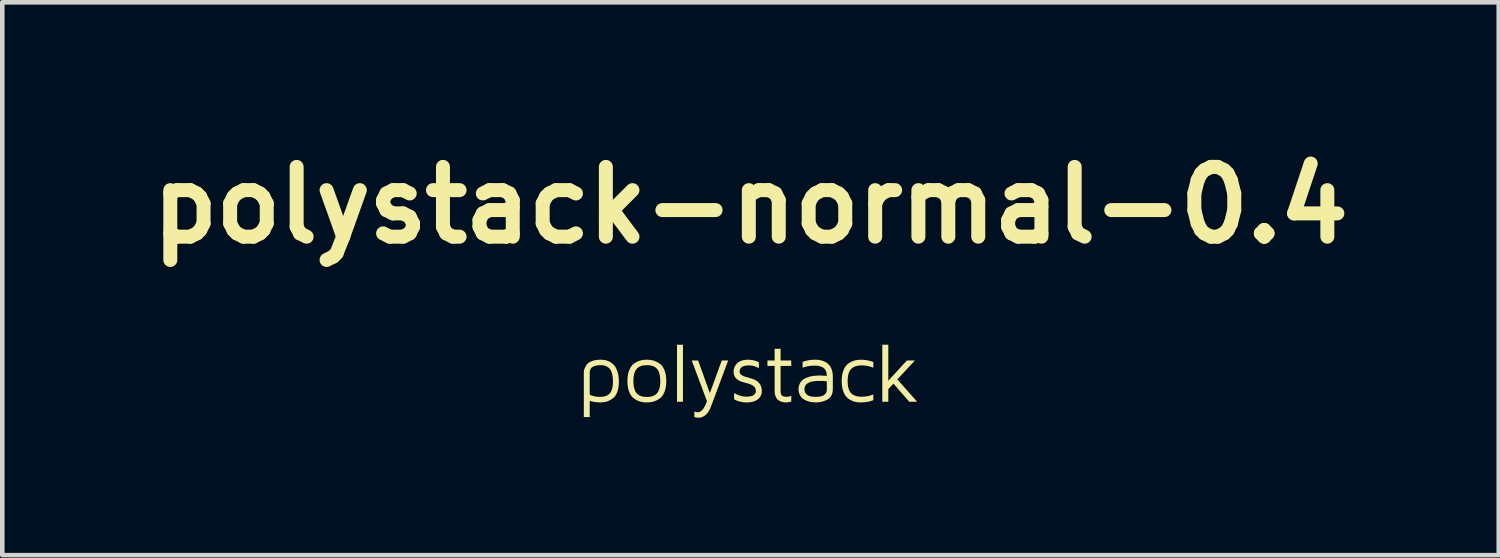
<source format=kicad_pcb>
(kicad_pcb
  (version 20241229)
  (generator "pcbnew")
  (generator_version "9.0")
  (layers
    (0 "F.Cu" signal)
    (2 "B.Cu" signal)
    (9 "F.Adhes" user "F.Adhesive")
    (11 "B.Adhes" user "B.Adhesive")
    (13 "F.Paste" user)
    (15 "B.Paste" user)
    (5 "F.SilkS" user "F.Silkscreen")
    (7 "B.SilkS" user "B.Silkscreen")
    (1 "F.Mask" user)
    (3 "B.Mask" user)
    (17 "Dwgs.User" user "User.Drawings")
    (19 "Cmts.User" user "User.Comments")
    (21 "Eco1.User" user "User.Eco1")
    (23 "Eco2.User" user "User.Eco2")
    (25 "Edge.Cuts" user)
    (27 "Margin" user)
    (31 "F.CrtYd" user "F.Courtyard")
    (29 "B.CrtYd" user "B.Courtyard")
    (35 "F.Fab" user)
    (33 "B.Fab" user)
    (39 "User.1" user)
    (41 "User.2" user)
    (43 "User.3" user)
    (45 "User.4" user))
  (footprint "polystack-normal-0.4"
    (layer "F.Cu")
    (at 13.331 5.271)
    (property "Reference" "polystack-normal-0.4" (at 0 -3.844 0) (layer "F.SilkS") (effects (font (size 1.524 1.524) (thickness 0.305))))
    (attr smd)
    (fp_poly (pts (xy -1.604 0.448) (xy -1.604 -0.796) (xy -1.474 -0.796) (xy -1.474 0.448) (xy -1.604 0.448)) (stroke (width 0) (type solid)) (fill yes) (layer "F.SilkS"))
    (fp_poly (pts (xy 2.877 0.448) (xy 2.877 -0.796) (xy 3.008 -0.796) (xy 3.008 -0.011) (xy 3.413 -0.453) (xy 3.589 -0.453) (xy 3.205 -0.04) (xy 3.638 0.448) (xy 3.465 0.448) (xy 3.12 0.052) (xy 3.008 0.174) (xy 3.008 0.448) (xy 2.877 0.448)) (stroke (width 0) (type solid)) (fill yes) (layer "F.SilkS"))
    (fp_poly (pts (xy 0.37 -0.334) (xy 0.37 -0.453) (xy 0.527 -0.453) (xy 0.527 -0.708) (xy 0.657 -0.708) (xy 0.657 -0.453) (xy 0.89 -0.453) (xy 0.89 -0.334) (xy 0.657 -0.334) (xy 0.657 0.215) (xy 0.658 0.229) (xy 0.659 0.241) (xy 0.66 0.253) (xy 0.662 0.264) (xy 0.665 0.274) (xy 0.668 0.283) (xy 0.671 0.292) (xy 0.676 0.299) (xy 0.68 0.306) (xy 0.686 0.312) (xy 0.692 0.317) (xy 0.699 0.322) (xy 0.707 0.326) (xy 0.716 0.33) (xy 0.726 0.333) (xy 0.736 0.335) (xy 0.748 0.337) (xy 0.76 0.338) (xy 0.773 0.339) (xy 0.787 0.34) (xy 0.798 0.339) (xy 0.809 0.339) (xy 0.82 0.338) (xy 0.83 0.336) (xy 0.841 0.334) (xy 0.851 0.332) (xy 0.861 0.329) (xy 0.871 0.326) (xy 0.881 0.322) (xy 0.89 0.318) (xy 0.89 0.441) (xy 0.88 0.445) (xy 0.869 0.448) (xy 0.859 0.451) (xy 0.849 0.454) (xy 0.838 0.456) (xy 0.828 0.458) (xy 0.817 0.459) (xy 0.807 0.461) (xy 0.797 0.461) (xy 0.786 0.462) (xy 0.776 0.462) (xy 0.771 0.462) (xy 0.761 0.462) (xy 0.751 0.461) (xy 0.741 0.461) (xy 0.731 0.46) (xy 0.721 0.458) (xy 0.711 0.456) (xy 0.701 0.454) (xy 0.692 0.452) (xy 0.683 0.449) (xy 0.674 0.446) (xy 0.664 0.442) (xy 0.654 0.438) (xy 0.644 0.434) (xy 0.634 0.429) (xy 0.623 0.423) (xy 0.615 0.418) (xy 0.606 0.413) (xy 0.599 0.406) (xy 0.591 0.399) (xy 0.584 0.392) (xy 0.577 0.384) (xy 0.571 0.375) (xy 0.565 0.365) (xy 0.559 0.355) (xy 0.553 0.345) (xy 0.55 0.336) (xy 0.546 0.327) (xy 0.543 0.318) (xy 0.54 0.308) (xy 0.537 0.298) (xy 0.535 0.288) (xy 0.533 0.278) (xy 0.531 0.267) (xy 0.529 0.256) (xy 0.528 0.244) (xy 0.528 0.232) (xy 0.527 0.22) (xy 0.527 0.208) (xy 0.527 -0.334) (xy 0.37 -0.334) (xy 0.37 -0.334)) (stroke (width 0) (type solid)) (fill yes) (layer "F.SilkS"))
    (fp_poly (pts (xy -1.283 -0.453) (xy -1.143 -0.453) (xy -0.887 0.26) (xy -0.627 -0.453) (xy -0.487 -0.453) (xy -0.856 0.536) (xy -0.861 0.548) (xy -0.865 0.56) (xy -0.87 0.572) (xy -0.875 0.583) (xy -0.88 0.594) (xy -0.885 0.605) (xy -0.891 0.616) (xy -0.896 0.626) (xy -0.901 0.636) (xy -0.907 0.645) (xy -0.913 0.655) (xy -0.918 0.664) (xy -0.924 0.672) (xy -0.93 0.681) (xy -0.936 0.689) (xy -0.942 0.697) (xy -0.949 0.704) (xy -0.955 0.711) (xy -0.962 0.718) (xy -0.968 0.725) (xy -0.975 0.731) (xy -0.982 0.737) (xy -0.989 0.743) (xy -0.996 0.749) (xy -1.003 0.754) (xy -1.01 0.759) (xy -1.017 0.763) (xy -1.025 0.767) (xy -1.032 0.771) (xy -1.04 0.775) (xy -1.048 0.779) (xy -1.056 0.782) (xy -1.064 0.784) (xy -1.072 0.787) (xy -1.08 0.789) (xy -1.088 0.791) (xy -1.096 0.793) (xy -1.105 0.794) (xy -1.114 0.795) (xy -1.122 0.796) (xy -1.131 0.796) (xy -1.14 0.796) (xy -1.151 0.796) (xy -1.161 0.795) (xy -1.172 0.794) (xy -1.183 0.792) (xy -1.193 0.79) (xy -1.204 0.787) (xy -1.214 0.784) (xy -1.225 0.781) (xy -1.225 0.661) (xy -1.215 0.665) (xy -1.206 0.668) (xy -1.197 0.671) (xy -1.187 0.673) (xy -1.177 0.675) (xy -1.167 0.676) (xy -1.157 0.677) (xy -1.147 0.677) (xy -1.137 0.677) (xy -1.127 0.675) (xy -1.118 0.673) (xy -1.108 0.669) (xy -1.098 0.664) (xy -1.089 0.659) (xy -1.079 0.652) (xy -1.071 0.645) (xy -1.063 0.639) (xy -1.056 0.632) (xy -1.049 0.624) (xy -1.042 0.617) (xy -1.036 0.609) (xy -1.03 0.6) (xy -1.024 0.592) (xy -1.019 0.583) (xy -1.014 0.574) (xy -1.008 0.565) (xy -1.003 0.556) (xy -0.999 0.547) (xy -0.994 0.538) (xy -0.989 0.529) (xy -0.985 0.52) (xy -0.979 0.509) (xy -0.974 0.497) (xy -0.969 0.487) (xy -0.965 0.477) (xy -0.962 0.467) (xy -0.959 0.459) (xy -0.95 0.434) (xy -1.283 -0.453)) (stroke (width 0) (type solid)) (fill yes) (layer "F.SilkS"))
    (fp_poly (pts (xy 1.991 -0.004) (xy 1.991 -0.016) (xy 1.991 -0.028) (xy 1.992 -0.04) (xy 1.992 -0.052) (xy 1.993 -0.064) (xy 1.994 -0.075) (xy 1.995 -0.087) (xy 1.996 -0.098) (xy 1.997 -0.109) (xy 1.999 -0.12) (xy 2 -0.131) (xy 2.002 -0.141) (xy 2.004 -0.152) (xy 2.006 -0.162) (xy 2.009 -0.172) (xy 2.011 -0.182) (xy 2.014 -0.191) (xy 2.016 -0.201) (xy 2.019 -0.21) (xy 2.022 -0.219) (xy 2.026 -0.228) (xy 2.029 -0.237) (xy 2.033 -0.248) (xy 2.038 -0.259) (xy 2.043 -0.27) (xy 2.048 -0.28) (xy 2.054 -0.29) (xy 2.059 -0.3) (xy 2.065 -0.309) (xy 2.07 -0.318) (xy 2.076 -0.326) (xy 2.083 -0.334) (xy 2.089 -0.342) (xy 2.096 -0.35) (xy 2.102 -0.357) (xy 2.109 -0.364) (xy 2.116 -0.37) (xy 2.124 -0.376) (xy 2.131 -0.382) (xy 2.141 -0.389) (xy 2.15 -0.395) (xy 2.159 -0.401) (xy 2.169 -0.407) (xy 2.178 -0.412) (xy 2.188 -0.418) (xy 2.197 -0.422) (xy 2.207 -0.427) (xy 2.216 -0.431) (xy 2.226 -0.436) (xy 2.235 -0.439) (xy 2.245 -0.443) (xy 2.255 -0.446) (xy 2.264 -0.449) (xy 2.274 -0.452) (xy 2.284 -0.454) (xy 2.294 -0.457) (xy 2.304 -0.459) (xy 2.315 -0.461) (xy 2.325 -0.463) (xy 2.336 -0.464) (xy 2.346 -0.465) (xy 2.357 -0.467) (xy 2.368 -0.468) (xy 2.379 -0.468) (xy 2.391 -0.469) (xy 2.402 -0.469) (xy 2.413 -0.469) (xy 2.424 -0.469) (xy 2.435 -0.469) (xy 2.446 -0.468) (xy 2.457 -0.468) (xy 2.468 -0.467) (xy 2.478 -0.466) (xy 2.489 -0.465) (xy 2.5 -0.464) (xy 2.511 -0.463) (xy 2.521 -0.461) (xy 2.532 -0.459) (xy 2.543 -0.458) (xy 2.554 -0.456) (xy 2.564 -0.453) (xy 2.575 -0.451) (xy 2.585 -0.449) (xy 2.596 -0.446) (xy 2.607 -0.443) (xy 2.617 -0.44) (xy 2.628 -0.437) (xy 2.639 -0.434) (xy 2.649 -0.43) (xy 2.66 -0.427) (xy 2.67 -0.423) (xy 2.681 -0.419) (xy 2.681 -0.295) (xy 2.67 -0.299) (xy 2.66 -0.303) (xy 2.65 -0.306) (xy 2.64 -0.31) (xy 2.629 -0.313) (xy 2.619 -0.317) (xy 2.608 -0.32) (xy 2.598 -0.323) (xy 2.588 -0.325) (xy 2.577 -0.328) (xy 2.567 -0.33) (xy 2.556 -0.332) (xy 2.546 -0.334) (xy 2.535 -0.336) (xy 2.524 -0.338) (xy 2.514 -0.339) (xy 2.503 -0.341) (xy 2.492 -0.342) (xy 2.482 -0.343) (xy 2.471 -0.343) (xy 2.46 -0.344) (xy 2.449 -0.344) (xy 2.438 -0.345) (xy 2.428 -0.345) (xy 2.414 -0.345) (xy 2.401 -0.344) (xy 2.389 -0.344) (xy 2.376 -0.343) (xy 2.364 -0.341) (xy 2.353 -0.34) (xy 2.341 -0.338) (xy 2.33 -0.336) (xy 2.319 -0.333) (xy 2.309 -0.331) (xy 2.299 -0.328) (xy 2.289 -0.325) (xy 2.279 -0.321) (xy 2.27 -0.317) (xy 2.261 -0.313) (xy 2.252 -0.309) (xy 2.244 -0.304) (xy 2.236 -0.299) (xy 2.228 -0.294) (xy 2.221 -0.288) (xy 2.214 -0.283) (xy 2.207 -0.277) (xy 2.2 -0.27) (xy 2.194 -0.264) (xy 2.188 -0.257) (xy 2.183 -0.251) (xy 2.178 -0.244) (xy 2.173 -0.236) (xy 2.168 -0.229) (xy 2.164 -0.221) (xy 2.16 -0.213) (xy 2.156 -0.205) (xy 2.152 -0.196) (xy 2.148 -0.187) (xy 2.145 -0.178) (xy 2.142 -0.168) (xy 2.139 -0.158) (xy 2.136 -0.148) (xy 2.134 -0.138) (xy 2.131 -0.127) (xy 2.129 -0.116) (xy 2.128 -0.104) (xy 2.126 -0.093) (xy 2.125 -0.081) (xy 2.123 -0.069) (xy 2.122 -0.056) (xy 2.122 -0.044) (xy 2.121 -0.03) (xy 2.121 -0.017) (xy 2.121 -0.004) (xy 2.121 0.01) (xy 2.121 0.024) (xy 2.122 0.037) (xy 2.122 0.05) (xy 2.123 0.062) (xy 2.125 0.075) (xy 2.126 0.087) (xy 2.128 0.098) (xy 2.129 0.11) (xy 2.131 0.121) (xy 2.134 0.131) (xy 2.136 0.142) (xy 2.139 0.152) (xy 2.142 0.162) (xy 2.145 0.172) (xy 2.148 0.181) (xy 2.152 0.19) (xy 2.156 0.199) (xy 2.16 0.207) (xy 2.164 0.215) (xy 2.168 0.223) (xy 2.173 0.23) (xy 2.178 0.238) (xy 2.183 0.245) (xy 2.188 0.251) (xy 2.194 0.258) (xy 2.2 0.264) (xy 2.207 0.27) (xy 2.214 0.276) (xy 2.221 0.282) (xy 2.228 0.287) (xy 2.236 0.293) (xy 2.244 0.298) (xy 2.252 0.302) (xy 2.261 0.306) (xy 2.27 0.31) (xy 2.279 0.314) (xy 2.289 0.318) (xy 2.299 0.321) (xy 2.309 0.324) (xy 2.319 0.326) (xy 2.33 0.329) (xy 2.341 0.331) (xy 2.353 0.333) (xy 2.364 0.334) (xy 2.376 0.336) (xy 2.389 0.337) (xy 2.401 0.337) (xy 2.414 0.338) (xy 2.428 0.338) (xy 2.439 0.338) (xy 2.45 0.337) (xy 2.461 0.337) (xy 2.472 0.336) (xy 2.483 0.336) (xy 2.494 0.335) (xy 2.505 0.334) (xy 2.516 0.332) (xy 2.527 0.331) (xy 2.538 0.329) (xy 2.548 0.327) (xy 2.559 0.325) (xy 2.569 0.323) (xy 2.58 0.321) (xy 2.59 0.318) (xy 2.6 0.315) (xy 2.611 0.313) (xy 2.621 0.31) (xy 2.631 0.306) (xy 2.641 0.303) (xy 2.651 0.299) (xy 2.661 0.296) (xy 2.671 0.292) (xy 2.681 0.288) (xy 2.681 0.414) (xy 2.671 0.417) (xy 2.66 0.421) (xy 2.65 0.425) (xy 2.64 0.428) (xy 2.63 0.431) (xy 2.619 0.434) (xy 2.609 0.437) (xy 2.598 0.44) (xy 2.588 0.442) (xy 2.577 0.445) (xy 2.567 0.447) (xy 2.556 0.449) (xy 2.545 0.451) (xy 2.535 0.453) (xy 2.524 0.454) (xy 2.513 0.456) (xy 2.502 0.457) (xy 2.491 0.458) (xy 2.48 0.459) (xy 2.469 0.46) (xy 2.458 0.461) (xy 2.447 0.461) (xy 2.436 0.462) (xy 2.425 0.462) (xy 2.413 0.462) (xy 2.402 0.462) (xy 2.391 0.462) (xy 2.379 0.461) (xy 2.368 0.461) (xy 2.357 0.46) (xy 2.347 0.459) (xy 2.336 0.458) (xy 2.325 0.457) (xy 2.315 0.455) (xy 2.305 0.453) (xy 2.294 0.452) (xy 2.284 0.449) (xy 2.274 0.447) (xy 2.264 0.444) (xy 2.254 0.441) (xy 2.244 0.438) (xy 2.234 0.434) (xy 2.223 0.429) (xy 2.213 0.425) (xy 2.203 0.42) (xy 2.192 0.415) (xy 2.181 0.409) (xy 2.172 0.404) (xy 2.163 0.398) (xy 2.154 0.392) (xy 2.145 0.386) (xy 2.137 0.38) (xy 2.128 0.373) (xy 2.12 0.366) (xy 2.113 0.359) (xy 2.105 0.352) (xy 2.098 0.344) (xy 2.09 0.336) (xy 2.084 0.328) (xy 2.078 0.321) (xy 2.072 0.313) (xy 2.067 0.305) (xy 2.062 0.297) (xy 2.056 0.288) (xy 2.051 0.279) (xy 2.047 0.269) (xy 2.042 0.259) (xy 2.037 0.249) (xy 2.033 0.239) (xy 2.029 0.228) (xy 2.024 0.217) (xy 2.02 0.205) (xy 2.017 0.193) (xy 2.014 0.184) (xy 2.011 0.174) (xy 2.009 0.164) (xy 2.006 0.154) (xy 2.004 0.144) (xy 2.002 0.134) (xy 2.001 0.123) (xy 1.999 0.112) (xy 1.997 0.102) (xy 1.996 0.091) (xy 1.995 0.079) (xy 1.994 0.068) (xy 1.993 0.057) (xy 1.992 0.045) (xy 1.992 0.033) (xy 1.991 0.021) (xy 1.991 0.009) (xy 1.991 -0.004) (xy 1.991 -0.004)) (stroke (width 0) (type solid)) (fill yes) (layer "F.SilkS"))
    (fp_poly (pts (xy -3.638 0.782) (xy -3.638 -0.184) (xy -3.448 -0.31) (xy -3.455 -0.305) (xy -3.461 -0.301) (xy -3.467 -0.296) (xy -3.472 -0.29) (xy -3.477 -0.285) (xy -3.482 -0.279) (xy -3.486 -0.273) (xy -3.49 -0.266) (xy -3.493 -0.26) (xy -3.497 -0.253) (xy -3.499 -0.246) (xy -3.502 -0.239) (xy -3.504 -0.231) (xy -3.506 -0.223) (xy -3.507 -0.215) (xy -3.508 -0.207) (xy -3.509 -0.198) (xy -3.509 -0.19) (xy -3.509 0.296) (xy -3.509 0.296) (xy -3.499 0.3) (xy -3.489 0.304) (xy -3.479 0.308) (xy -3.469 0.312) (xy -3.459 0.315) (xy -3.448 0.318) (xy -3.438 0.321) (xy -3.428 0.324) (xy -3.417 0.327) (xy -3.407 0.329) (xy -3.396 0.331) (xy -3.385 0.333) (xy -3.374 0.335) (xy -3.363 0.336) (xy -3.352 0.338) (xy -3.341 0.339) (xy -3.33 0.34) (xy -3.319 0.34) (xy -3.308 0.341) (xy -3.296 0.341) (xy -3.285 0.341) (xy -3.272 0.341) (xy -3.26 0.341) (xy -3.248 0.34) (xy -3.236 0.339) (xy -3.224 0.338) (xy -3.213 0.336) (xy -3.202 0.334) (xy -3.192 0.332) (xy -3.181 0.329) (xy -3.171 0.326) (xy -3.162 0.323) (xy -3.152 0.32) (xy -3.143 0.316) (xy -3.134 0.312) (xy -3.126 0.308) (xy -3.118 0.303) (xy -3.11 0.298) (xy -3.103 0.293) (xy -3.095 0.288) (xy -3.088 0.282) (xy -3.082 0.276) (xy -3.076 0.269) (xy -3.07 0.263) (xy -3.064 0.256) (xy -3.059 0.25) (xy -3.054 0.243) (xy -3.05 0.235) (xy -3.045 0.227) (xy -3.041 0.219) (xy -3.037 0.211) (xy -3.034 0.202) (xy -3.03 0.193) (xy -3.027 0.184) (xy -3.024 0.175) (xy -3.021 0.165) (xy -3.018 0.154) (xy -3.016 0.144) (xy -3.013 0.133) (xy -3.011 0.122) (xy -3.009 0.11) (xy -3.008 0.099) (xy -3.006 0.086) (xy -3.005 0.074) (xy -3.004 0.061) (xy -3.004 0.048) (xy -3.003 0.035) (xy -3.003 0.021) (xy -3.003 0.007) (xy -3.003 -0.006) (xy -3.003 -0.018) (xy -3.003 -0.03) (xy -3.004 -0.042) (xy -3.004 -0.053) (xy -3.005 -0.065) (xy -3.006 -0.076) (xy -3.007 -0.087) (xy -3.009 -0.097) (xy -3.01 -0.108) (xy -3.012 -0.118) (xy -3.014 -0.128) (xy -3.015 -0.138) (xy -3.018 -0.147) (xy -3.02 -0.156) (xy -3.022 -0.165) (xy -3.025 -0.174) (xy -3.027 -0.183) (xy -3.031 -0.195) (xy -3.036 -0.207) (xy -3.04 -0.218) (xy -3.045 -0.229) (xy -3.051 -0.239) (xy -3.056 -0.248) (xy -3.062 -0.257) (xy -3.068 -0.265) (xy -3.074 -0.273) (xy -3.081 -0.28) (xy -3.088 -0.287) (xy -3.095 -0.293) (xy -3.105 -0.3) (xy -3.114 -0.307) (xy -3.124 -0.313) (xy -3.133 -0.319) (xy -3.142 -0.324) (xy -3.151 -0.329) (xy -3.16 -0.332) (xy -3.169 -0.336) (xy -3.178 -0.339) (xy -3.187 -0.341) (xy -3.196 -0.343) (xy -3.206 -0.345) (xy -3.215 -0.347) (xy -3.225 -0.348) (xy -3.236 -0.349) (xy -3.246 -0.35) (xy -3.257 -0.35) (xy -3.268 -0.35) (xy -3.281 -0.35) (xy -3.294 -0.35) (xy -3.306 -0.349) (xy -3.318 -0.348) (xy -3.33 -0.347) (xy -3.341 -0.346) (xy -3.352 -0.344) (xy -3.363 -0.342) (xy -3.373 -0.34) (xy -3.383 -0.338) (xy -3.392 -0.335) (xy -3.401 -0.332) (xy -3.41 -0.329) (xy -3.418 -0.326) (xy -3.426 -0.322) (xy -3.434 -0.318) (xy -3.441 -0.314) (xy -3.448 -0.31) (xy -3.638 -0.184) (xy -3.638 -0.195) (xy -3.638 -0.205) (xy -3.637 -0.216) (xy -3.635 -0.226) (xy -3.633 -0.237) (xy -3.631 -0.248) (xy -3.628 -0.258) (xy -3.625 -0.266) (xy -3.622 -0.274) (xy -3.619 -0.283) (xy -3.615 -0.291) (xy -3.611 -0.3) (xy -3.607 -0.309) (xy -3.601 -0.319) (xy -3.596 -0.329) (xy -3.59 -0.339) (xy -3.584 -0.349) (xy -3.579 -0.357) (xy -3.573 -0.364) (xy -3.567 -0.371) (xy -3.561 -0.378) (xy -3.554 -0.385) (xy -3.546 -0.391) (xy -3.538 -0.398) (xy -3.53 -0.404) (xy -3.521 -0.41) (xy -3.512 -0.415) (xy -3.502 -0.421) (xy -3.491 -0.426) (xy -3.48 -0.431) (xy -3.469 -0.436) (xy -3.46 -0.439) (xy -3.451 -0.442) (xy -3.442 -0.445) (xy -3.433 -0.448) (xy -3.423 -0.451) (xy -3.414 -0.454) (xy -3.404 -0.456) (xy -3.393 -0.458) (xy -3.383 -0.46) (xy -3.373 -0.462) (xy -3.362 -0.463) (xy -3.351 -0.465) (xy -3.34 -0.466) (xy -3.328 -0.467) (xy -3.317 -0.468) (xy -3.305 -0.468) (xy -3.293 -0.469) (xy -3.28 -0.469) (xy -3.268 -0.469) (xy -3.257 -0.469) (xy -3.246 -0.469) (xy -3.235 -0.468) (xy -3.224 -0.467) (xy -3.213 -0.466) (xy -3.202 -0.465) (xy -3.191 -0.464) (xy -3.181 -0.462) (xy -3.17 -0.46) (xy -3.16 -0.458) (xy -3.15 -0.456) (xy -3.14 -0.453) (xy -3.13 -0.45) (xy -3.12 -0.446) (xy -3.109 -0.442) (xy -3.099 -0.437) (xy -3.088 -0.432) (xy -3.077 -0.427) (xy -3.066 -0.421) (xy -3.057 -0.415) (xy -3.048 -0.41) (xy -3.039 -0.404) (xy -3.03 -0.398) (xy -3.022 -0.392) (xy -3.014 -0.385) (xy -3.006 -0.378) (xy -2.998 -0.371) (xy -2.99 -0.364) (xy -2.983 -0.356) (xy -2.976 -0.348) (xy -2.969 -0.34) (xy -2.964 -0.333) (xy -2.958 -0.325) (xy -2.953 -0.318) (xy -2.948 -0.31) (xy -2.943 -0.302) (xy -2.939 -0.293) (xy -2.934 -0.284) (xy -2.93 -0.275) (xy -2.925 -0.265) (xy -2.921 -0.255) (xy -2.917 -0.245) (xy -2.913 -0.234) (xy -2.909 -0.223) (xy -2.905 -0.211) (xy -2.901 -0.199) (xy -2.898 -0.19) (xy -2.896 -0.18) (xy -2.893 -0.17) (xy -2.891 -0.161) (xy -2.888 -0.15) (xy -2.886 -0.14) (xy -2.884 -0.13) (xy -2.882 -0.119) (xy -2.881 -0.108) (xy -2.879 -0.097) (xy -2.878 -0.086) (xy -2.877 -0.075) (xy -2.876 -0.063) (xy -2.875 -0.052) (xy -2.874 -0.04) (xy -2.874 -0.028) (xy -2.873 -0.016) (xy -2.873 -0.004) (xy -2.873 0.009) (xy -2.873 0.021) (xy -2.873 0.034) (xy -2.874 0.046) (xy -2.874 0.058) (xy -2.875 0.07) (xy -2.876 0.082) (xy -2.877 0.094) (xy -2.878 0.105) (xy -2.88 0.116) (xy -2.881 0.127) (xy -2.883 0.138) (xy -2.885 0.149) (xy -2.887 0.16) (xy -2.889 0.17) (xy -2.891 0.18) (xy -2.894 0.19) (xy -2.897 0.2) (xy -2.9 0.209) (xy -2.903 0.219) (xy -2.906 0.228) (xy -2.909 0.237) (xy -2.914 0.249) (xy -2.919 0.26) (xy -2.924 0.271) (xy -2.929 0.281) (xy -2.934 0.291) (xy -2.94 0.301) (xy -2.946 0.31) (xy -2.952 0.319) (xy -2.959 0.328) (xy -2.965 0.336) (xy -2.972 0.344) (xy -2.979 0.351) (xy -2.986 0.358) (xy -2.994 0.365) (xy -3.002 0.371) (xy -3.01 0.377) (xy -3.019 0.384) (xy -3.028 0.39) (xy -3.037 0.396) (xy -3.046 0.402) (xy -3.055 0.407) (xy -3.065 0.412) (xy -3.074 0.417) (xy -3.083 0.422) (xy -3.092 0.426) (xy -3.102 0.43) (xy -3.111 0.434) (xy -3.12 0.437) (xy -3.13 0.441) (xy -3.139 0.444) (xy -3.149 0.446) (xy -3.158 0.448) (xy -3.168 0.451) (xy -3.178 0.453) (xy -3.188 0.454) (xy -3.198 0.456) (xy -3.209 0.457) (xy -3.219 0.459) (xy -3.23 0.46) (xy -3.241 0.461) (xy -3.251 0.461) (xy -3.262 0.462) (xy -3.274 0.462) (xy -3.285 0.462) (xy -3.295 0.462) (xy -3.306 0.462) (xy -3.316 0.461) (xy -3.327 0.461) (xy -3.337 0.46) (xy -3.348 0.459) (xy -3.359 0.458) (xy -3.369 0.457) (xy -3.38 0.456) (xy -3.391 0.454) (xy -3.401 0.453) (xy -3.412 0.451) (xy -3.423 0.449) (xy -3.433 0.447) (xy -3.444 0.445) (xy -3.455 0.442) (xy -3.466 0.44) (xy -3.476 0.437) (xy -3.487 0.434) (xy -3.498 0.431) (xy -3.509 0.428) (xy -3.509 0.782) (xy -3.638 0.782) (xy -3.638 0.782)) (stroke (width 0) (type solid)) (fill yes) (layer "F.SilkS"))
    (fp_poly (pts (xy -0.368 -0.207) (xy -0.368 -0.218) (xy -0.367 -0.229) (xy -0.366 -0.239) (xy -0.365 -0.249) (xy -0.363 -0.26) (xy -0.361 -0.269) (xy -0.359 -0.279) (xy -0.356 -0.289) (xy -0.352 -0.298) (xy -0.349 -0.308) (xy -0.344 -0.317) (xy -0.34 -0.326) (xy -0.335 -0.335) (xy -0.33 -0.344) (xy -0.324 -0.352) (xy -0.318 -0.361) (xy -0.312 -0.369) (xy -0.305 -0.377) (xy -0.297 -0.385) (xy -0.29 -0.392) (xy -0.283 -0.398) (xy -0.276 -0.404) (xy -0.269 -0.41) (xy -0.262 -0.415) (xy -0.255 -0.42) (xy -0.247 -0.425) (xy -0.239 -0.429) (xy -0.23 -0.434) (xy -0.222 -0.438) (xy -0.213 -0.442) (xy -0.204 -0.445) (xy -0.194 -0.448) (xy -0.185 -0.452) (xy -0.175 -0.454) (xy -0.165 -0.457) (xy -0.154 -0.459) (xy -0.143 -0.461) (xy -0.132 -0.463) (xy -0.121 -0.465) (xy -0.11 -0.466) (xy -0.098 -0.467) (xy -0.086 -0.468) (xy -0.073 -0.469) (xy -0.061 -0.469) (xy -0.048 -0.469) (xy -0.038 -0.469) (xy -0.027 -0.469) (xy -0.017 -0.468) (xy -0.006 -0.467) (xy 0.004 -0.466) (xy 0.015 -0.465) (xy 0.025 -0.464) (xy 0.036 -0.462) (xy 0.046 -0.46) (xy 0.057 -0.458) (xy 0.067 -0.455) (xy 0.078 -0.453) (xy 0.088 -0.45) (xy 0.099 -0.447) (xy 0.109 -0.443) (xy 0.12 -0.44) (xy 0.13 -0.436) (xy 0.141 -0.432) (xy 0.151 -0.428) (xy 0.162 -0.423) (xy 0.172 -0.419) (xy 0.183 -0.414) (xy 0.183 -0.283) (xy 0.173 -0.289) (xy 0.163 -0.294) (xy 0.153 -0.299) (xy 0.143 -0.304) (xy 0.133 -0.309) (xy 0.123 -0.313) (xy 0.113 -0.317) (xy 0.103 -0.321) (xy 0.093 -0.325) (xy 0.082 -0.328) (xy 0.072 -0.331) (xy 0.062 -0.334) (xy 0.051 -0.336) (xy 0.041 -0.338) (xy 0.03 -0.34) (xy 0.02 -0.341) (xy 0.009 -0.343) (xy -0.002 -0.344) (xy -0.012 -0.344) (xy -0.023 -0.345) (xy -0.034 -0.345) (xy -0.047 -0.345) (xy -0.059 -0.344) (xy -0.071 -0.344) (xy -0.083 -0.343) (xy -0.094 -0.341) (xy -0.105 -0.34) (xy -0.116 -0.338) (xy -0.126 -0.336) (xy -0.135 -0.333) (xy -0.144 -0.331) (xy -0.153 -0.328) (xy -0.161 -0.324) (xy -0.169 -0.321) (xy -0.176 -0.317) (xy -0.183 -0.313) (xy -0.19 -0.308) (xy -0.196 -0.303) (xy -0.202 -0.298) (xy -0.207 -0.293) (xy -0.212 -0.288) (xy -0.216 -0.282) (xy -0.221 -0.276) (xy -0.224 -0.269) (xy -0.227 -0.262) (xy -0.23 -0.255) (xy -0.232 -0.248) (xy -0.234 -0.24) (xy -0.236 -0.233) (xy -0.237 -0.224) (xy -0.237 -0.216) (xy -0.238 -0.207) (xy -0.237 -0.198) (xy -0.236 -0.189) (xy -0.233 -0.181) (xy -0.23 -0.173) (xy -0.225 -0.165) (xy -0.22 -0.158) (xy -0.213 -0.15) (xy -0.206 -0.144) (xy -0.198 -0.137) (xy -0.188 -0.131) (xy -0.18 -0.127) (xy -0.171 -0.122) (xy -0.162 -0.118) (xy -0.153 -0.114) (xy -0.143 -0.109) (xy -0.133 -0.105) (xy -0.123 -0.101) (xy -0.113 -0.098) (xy -0.102 -0.094) (xy -0.091 -0.091) (xy -0.079 -0.087) (xy -0.067 -0.084) (xy -0.057 -0.081) (xy -0.047 -0.078) (xy -0.037 -0.075) (xy -0.027 -0.073) (xy -0.016 -0.07) (xy -0.006 -0.066) (xy 0.004 -0.063) (xy 0.014 -0.06) (xy 0.024 -0.057) (xy 0.035 -0.053) (xy 0.045 -0.05) (xy 0.055 -0.046) (xy 0.065 -0.043) (xy 0.075 -0.039) (xy 0.085 -0.035) (xy 0.095 -0.03) (xy 0.105 -0.026) (xy 0.114 -0.021) (xy 0.124 -0.015) (xy 0.133 -0.009) (xy 0.141 -0.003) (xy 0.15 0.004) (xy 0.158 0.011) (xy 0.166 0.018) (xy 0.174 0.026) (xy 0.182 0.034) (xy 0.189 0.042) (xy 0.196 0.051) (xy 0.202 0.059) (xy 0.208 0.067) (xy 0.213 0.076) (xy 0.218 0.085) (xy 0.223 0.094) (xy 0.227 0.103) (xy 0.231 0.113) (xy 0.234 0.123) (xy 0.237 0.133) (xy 0.239 0.143) (xy 0.242 0.154) (xy 0.243 0.165) (xy 0.245 0.176) (xy 0.246 0.188) (xy 0.246 0.2) (xy 0.247 0.212) (xy 0.246 0.223) (xy 0.246 0.234) (xy 0.245 0.244) (xy 0.243 0.255) (xy 0.242 0.265) (xy 0.239 0.275) (xy 0.237 0.284) (xy 0.234 0.294) (xy 0.23 0.303) (xy 0.227 0.312) (xy 0.222 0.321) (xy 0.218 0.329) (xy 0.213 0.338) (xy 0.207 0.346) (xy 0.202 0.354) (xy 0.195 0.361) (xy 0.189 0.369) (xy 0.182 0.376) (xy 0.174 0.383) (xy 0.167 0.389) (xy 0.158 0.396) (xy 0.151 0.401) (xy 0.143 0.407) (xy 0.135 0.411) (xy 0.127 0.416) (xy 0.119 0.421) (xy 0.11 0.425) (xy 0.102 0.429) (xy 0.093 0.433) (xy 0.083 0.436) (xy 0.074 0.44) (xy 0.064 0.443) (xy 0.054 0.446) (xy 0.044 0.448) (xy 0.033 0.451) (xy 0.023 0.453) (xy 0.012 0.455) (xy 0.001 0.457) (xy -0.011 0.458) (xy -0.022 0.459) (xy -0.034 0.46) (xy -0.046 0.461) (xy -0.059 0.462) (xy -0.071 0.462) (xy -0.084 0.462) (xy -0.096 0.462) (xy -0.107 0.462) (xy -0.118 0.461) (xy -0.13 0.461) (xy -0.141 0.46) (xy -0.152 0.459) (xy -0.163 0.457) (xy -0.174 0.456) (xy -0.185 0.454) (xy -0.196 0.452) (xy -0.206 0.45) (xy -0.217 0.448) (xy -0.227 0.445) (xy -0.238 0.442) (xy -0.248 0.44) (xy -0.258 0.436) (xy -0.269 0.433) (xy -0.279 0.43) (xy -0.289 0.426) (xy -0.299 0.422) (xy -0.309 0.418) (xy -0.318 0.414) (xy -0.328 0.409) (xy -0.338 0.404) (xy -0.347 0.399) (xy -0.357 0.394) (xy -0.357 0.257) (xy -0.347 0.263) (xy -0.337 0.268) (xy -0.327 0.274) (xy -0.317 0.279) (xy -0.307 0.284) (xy -0.296 0.289) (xy -0.286 0.294) (xy -0.276 0.298) (xy -0.266 0.302) (xy -0.256 0.306) (xy -0.246 0.31) (xy -0.235 0.313) (xy -0.225 0.316) (xy -0.215 0.319) (xy -0.205 0.322) (xy -0.194 0.324) (xy -0.184 0.327) (xy -0.173 0.329) (xy -0.163 0.33) (xy -0.153 0.332) (xy -0.142 0.333) (xy -0.132 0.334) (xy -0.121 0.335) (xy -0.111 0.336) (xy -0.1 0.336) (xy -0.09 0.336) (xy -0.076 0.336) (xy -0.063 0.335) (xy -0.05 0.335) (xy -0.038 0.334) (xy -0.027 0.333) (xy -0.016 0.331) (xy -0.005 0.329) (xy 0.005 0.327) (xy 0.015 0.325) (xy 0.025 0.322) (xy 0.034 0.319) (xy 0.042 0.316) (xy 0.05 0.313) (xy 0.058 0.309) (xy 0.065 0.305) (xy 0.071 0.301) (xy 0.077 0.296) (xy 0.083 0.291) (xy 0.088 0.286) (xy 0.093 0.281) (xy 0.097 0.275) (xy 0.101 0.269) (xy 0.105 0.263) (xy 0.108 0.256) (xy 0.11 0.25) (xy 0.112 0.243) (xy 0.114 0.235) (xy 0.115 0.228) (xy 0.116 0.22) (xy 0.116 0.212) (xy 0.116 0.201) (xy 0.115 0.19) (xy 0.113 0.18) (xy 0.11 0.17) (xy 0.107 0.161) (xy 0.104 0.152) (xy 0.099 0.143) (xy 0.094 0.135) (xy 0.088 0.127) (xy 0.082 0.12) (xy 0.074 0.113) (xy 0.067 0.107) (xy 0.059 0.101) (xy 0.051 0.096) (xy 0.043 0.09) (xy 0.034 0.085) (xy 0.025 0.08) (xy 0.016 0.076) (xy 0.007 0.071) (xy -0.003 0.067) (xy -0.012 0.064) (xy -0.022 0.06) (xy -0.033 0.056) (xy -0.043 0.053) (xy -0.054 0.05) (xy -0.064 0.047) (xy -0.075 0.045) (xy -0.085 0.042) (xy -0.095 0.039) (xy -0.105 0.036) (xy -0.115 0.033) (xy -0.126 0.03) (xy -0.136 0.027) (xy -0.146 0.024) (xy -0.156 0.021) (xy -0.166 0.018) (xy -0.177 0.015) (xy -0.187 0.012) (xy -0.197 0.009) (xy -0.207 0.005) (xy -0.217 0.002) (xy -0.227 -0.002) (xy -0.236 -0.007) (xy -0.245 -0.011) (xy -0.254 -0.016) (xy -0.263 -0.022) (xy -0.272 -0.027) (xy -0.28 -0.033) (xy -0.288 -0.039) (xy -0.296 -0.046) (xy -0.304 -0.053) (xy -0.312 -0.06) (xy -0.319 -0.067) (xy -0.325 -0.074) (xy -0.331 -0.082) (xy -0.337 -0.09) (xy -0.342 -0.098) (xy -0.346 -0.107) (xy -0.35 -0.115) (xy -0.354 -0.124) (xy -0.357 -0.134) (xy -0.36 -0.143) (xy -0.363 -0.153) (xy -0.365 -0.163) (xy -0.366 -0.174) (xy -0.367 -0.185) (xy -0.368 -0.196) (xy -0.368 -0.207)) (stroke (width 0) (type solid)) (fill yes) (layer "F.SilkS"))
    (fp_poly (pts (xy 1.049 0.172) (xy 1.049 0.161) (xy 1.179 0.172) (xy 1.179 0.181) (xy 1.179 0.189) (xy 1.18 0.198) (xy 1.182 0.206) (xy 1.183 0.214) (xy 1.185 0.222) (xy 1.187 0.23) (xy 1.19 0.237) (xy 1.193 0.244) (xy 1.197 0.251) (xy 1.2 0.257) (xy 1.205 0.264) (xy 1.209 0.27) (xy 1.214 0.276) (xy 1.219 0.281) (xy 1.225 0.286) (xy 1.23 0.292) (xy 1.237 0.296) (xy 1.243 0.301) (xy 1.25 0.305) (xy 1.258 0.309) (xy 1.265 0.313) (xy 1.273 0.317) (xy 1.282 0.32) (xy 1.291 0.323) (xy 1.3 0.326) (xy 1.309 0.329) (xy 1.319 0.331) (xy 1.329 0.333) (xy 1.34 0.335) (xy 1.351 0.337) (xy 1.362 0.338) (xy 1.374 0.339) (xy 1.386 0.34) (xy 1.398 0.34) (xy 1.411 0.341) (xy 1.424 0.341) (xy 1.427 0.341) (xy 1.44 0.341) (xy 1.452 0.34) (xy 1.465 0.34) (xy 1.477 0.339) (xy 1.489 0.338) (xy 1.5 0.336) (xy 1.511 0.335) (xy 1.521 0.333) (xy 1.531 0.331) (xy 1.541 0.328) (xy 1.551 0.326) (xy 1.56 0.323) (xy 1.569 0.32) (xy 1.577 0.316) (xy 1.585 0.313) (xy 1.592 0.309) (xy 1.6 0.304) (xy 1.606 0.3) (xy 1.613 0.295) (xy 1.619 0.29) (xy 1.625 0.285) (xy 1.63 0.28) (xy 1.635 0.274) (xy 1.64 0.268) (xy 1.644 0.262) (xy 1.648 0.255) (xy 1.651 0.249) (xy 1.655 0.242) (xy 1.657 0.235) (xy 1.66 0.227) (xy 1.662 0.219) (xy 1.663 0.211) (xy 1.665 0.203) (xy 1.666 0.195) (xy 1.666 0.186) (xy 1.666 0.177) (xy 1.666 0.003) (xy 1.658 0.002) (xy 1.65 0.001) (xy 1.641 -0.001) (xy 1.632 -0.002) (xy 1.622 -0.003) (xy 1.612 -0.004) (xy 1.602 -0.004) (xy 1.591 -0.005) (xy 1.58 -0.006) (xy 1.568 -0.006) (xy 1.557 -0.007) (xy 1.545 -0.007) (xy 1.532 -0.007) (xy 1.519 -0.007) (xy 1.506 -0.007) (xy 1.492 -0.007) (xy 1.477 -0.007) (xy 1.464 -0.007) (xy 1.45 -0.006) (xy 1.437 -0.005) (xy 1.424 -0.004) (xy 1.412 -0.003) (xy 1.4 -0.002) (xy 1.388 -0.000238) (xy 1.377 0.001) (xy 1.366 0.003) (xy 1.355 0.005) (xy 1.344 0.008) (xy 1.334 0.01) (xy 1.324 0.012) (xy 1.315 0.015) (xy 1.305 0.018) (xy 1.297 0.021) (xy 1.288 0.025) (xy 1.28 0.028) (xy 1.272 0.032) (xy 1.264 0.035) (xy 1.257 0.039) (xy 1.25 0.044) (xy 1.243 0.048) (xy 1.237 0.052) (xy 1.231 0.057) (xy 1.225 0.062) (xy 1.22 0.067) (xy 1.215 0.072) (xy 1.21 0.078) (xy 1.206 0.083) (xy 1.202 0.089) (xy 1.198 0.095) (xy 1.195 0.101) (xy 1.192 0.107) (xy 1.189 0.114) (xy 1.187 0.12) (xy 1.185 0.127) (xy 1.183 0.134) (xy 1.181 0.141) (xy 1.18 0.149) (xy 1.179 0.156) (xy 1.179 0.164) (xy 1.179 0.172) (xy 1.179 0.172) (xy 1.049 0.161) (xy 1.05 0.15) (xy 1.051 0.139) (xy 1.052 0.129) (xy 1.054 0.119) (xy 1.056 0.109) (xy 1.058 0.099) (xy 1.061 0.089) (xy 1.064 0.08) (xy 1.067 0.071) (xy 1.071 0.062) (xy 1.076 0.051) (xy 1.082 0.041) (xy 1.087 0.031) (xy 1.093 0.022) (xy 1.1 0.013) (xy 1.106 0.005) (xy 1.113 -0.003) (xy 1.12 -0.011) (xy 1.127 -0.018) (xy 1.134 -0.024) (xy 1.142 -0.031) (xy 1.15 -0.037) (xy 1.159 -0.043) (xy 1.168 -0.049) (xy 1.178 -0.054) (xy 1.188 -0.06) (xy 1.199 -0.065) (xy 1.21 -0.07) (xy 1.221 -0.074) (xy 1.231 -0.079) (xy 1.242 -0.083) (xy 1.252 -0.087) (xy 1.262 -0.09) (xy 1.272 -0.094) (xy 1.281 -0.097) (xy 1.29 -0.099) (xy 1.299 -0.101) (xy 1.307 -0.104) (xy 1.317 -0.106) (xy 1.326 -0.108) (xy 1.336 -0.11) (xy 1.346 -0.112) (xy 1.357 -0.113) (xy 1.368 -0.115) (xy 1.379 -0.116) (xy 1.39 -0.117) (xy 1.405 -0.119) (xy 1.419 -0.12) (xy 1.431 -0.121) (xy 1.442 -0.122) (xy 1.451 -0.123) (xy 1.459 -0.123) (xy 1.466 -0.123) (xy 1.476 -0.124) (xy 1.486 -0.124) (xy 1.497 -0.124) (xy 1.508 -0.125) (xy 1.52 -0.125) (xy 1.665 -0.116) (xy 1.664 -0.128) (xy 1.664 -0.141) (xy 1.663 -0.152) (xy 1.662 -0.164) (xy 1.66 -0.175) (xy 1.658 -0.185) (xy 1.656 -0.195) (xy 1.653 -0.205) (xy 1.65 -0.215) (xy 1.646 -0.224) (xy 1.642 -0.232) (xy 1.638 -0.241) (xy 1.633 -0.249) (xy 1.628 -0.256) (xy 1.623 -0.263) (xy 1.617 -0.27) (xy 1.611 -0.276) (xy 1.605 -0.282) (xy 1.598 -0.288) (xy 1.591 -0.293) (xy 1.584 -0.298) (xy 1.576 -0.302) (xy 1.569 -0.307) (xy 1.561 -0.311) (xy 1.552 -0.314) (xy 1.543 -0.318) (xy 1.534 -0.321) (xy 1.525 -0.324) (xy 1.515 -0.327) (xy 1.505 -0.329) (xy 1.495 -0.332) (xy 1.484 -0.334) (xy 1.473 -0.335) (xy 1.462 -0.337) (xy 1.451 -0.338) (xy 1.439 -0.339) (xy 1.426 -0.339) (xy 1.414 -0.34) (xy 1.401 -0.34) (xy 1.389 -0.34) (xy 1.378 -0.34) (xy 1.366 -0.339) (xy 1.355 -0.339) (xy 1.344 -0.338) (xy 1.332 -0.337) (xy 1.321 -0.336) (xy 1.31 -0.335) (xy 1.299 -0.334) (xy 1.289 -0.333) (xy 1.278 -0.332) (xy 1.267 -0.33) (xy 1.257 -0.328) (xy 1.246 -0.326) (xy 1.236 -0.324) (xy 1.225 -0.322) (xy 1.215 -0.32) (xy 1.205 -0.317) (xy 1.195 -0.315) (xy 1.185 -0.312) (xy 1.176 -0.309) (xy 1.166 -0.306) (xy 1.156 -0.303) (xy 1.147 -0.3) (xy 1.137 -0.297) (xy 1.137 -0.423) (xy 1.148 -0.426) (xy 1.159 -0.43) (xy 1.169 -0.433) (xy 1.18 -0.437) (xy 1.191 -0.44) (xy 1.201 -0.443) (xy 1.212 -0.445) (xy 1.223 -0.448) (xy 1.234 -0.45) (xy 1.245 -0.453) (xy 1.255 -0.455) (xy 1.266 -0.457) (xy 1.277 -0.459) (xy 1.288 -0.46) (xy 1.299 -0.462) (xy 1.31 -0.463) (xy 1.32 -0.465) (xy 1.331 -0.466) (xy 1.342 -0.467) (xy 1.353 -0.468) (xy 1.364 -0.468) (xy 1.375 -0.469) (xy 1.386 -0.469) (xy 1.397 -0.469) (xy 1.408 -0.47) (xy 1.421 -0.469) (xy 1.433 -0.469) (xy 1.445 -0.469) (xy 1.457 -0.468) (xy 1.469 -0.467) (xy 1.48 -0.466) (xy 1.492 -0.464) (xy 1.503 -0.463) (xy 1.514 -0.461) (xy 1.524 -0.459) (xy 1.535 -0.457) (xy 1.545 -0.454) (xy 1.555 -0.451) (xy 1.565 -0.449) (xy 1.575 -0.445) (xy 1.585 -0.442) (xy 1.594 -0.439) (xy 1.603 -0.435) (xy 1.612 -0.431) (xy 1.621 -0.427) (xy 1.629 -0.422) (xy 1.638 -0.418) (xy 1.646 -0.413) (xy 1.654 -0.408) (xy 1.662 -0.403) (xy 1.669 -0.397) (xy 1.676 -0.392) (xy 1.684 -0.386) (xy 1.691 -0.38) (xy 1.697 -0.373) (xy 1.704 -0.367) (xy 1.711 -0.36) (xy 1.717 -0.353) (xy 1.723 -0.345) (xy 1.729 -0.338) (xy 1.734 -0.33) (xy 1.74 -0.322) (xy 1.745 -0.314) (xy 1.75 -0.306) (xy 1.754 -0.297) (xy 1.759 -0.288) (xy 1.763 -0.279) (xy 1.767 -0.27) (xy 1.77 -0.261) (xy 1.774 -0.251) (xy 1.777 -0.241) (xy 1.78 -0.231) (xy 1.783 -0.221) (xy 1.785 -0.21) (xy 1.787 -0.2) (xy 1.789 -0.189) (xy 1.791 -0.178) (xy 1.793 -0.166) (xy 1.794 -0.155) (xy 1.795 -0.143) (xy 1.796 -0.131) (xy 1.796 -0.119) (xy 1.797 -0.106) (xy 1.797 -0.094) (xy 1.797 0.177) (xy 1.797 0.188) (xy 1.796 0.2) (xy 1.795 0.211) (xy 1.794 0.221) (xy 1.792 0.232) (xy 1.79 0.242) (xy 1.788 0.252) (xy 1.785 0.262) (xy 1.782 0.272) (xy 1.779 0.281) (xy 1.775 0.29) (xy 1.771 0.299) (xy 1.766 0.308) (xy 1.762 0.317) (xy 1.756 0.325) (xy 1.75 0.334) (xy 1.744 0.343) (xy 1.737 0.351) (xy 1.73 0.359) (xy 1.722 0.367) (xy 1.715 0.374) (xy 1.707 0.381) (xy 1.699 0.387) (xy 1.69 0.393) (xy 1.681 0.399) (xy 1.672 0.404) (xy 1.663 0.409) (xy 1.653 0.413) (xy 1.643 0.418) (xy 1.633 0.422) (xy 1.622 0.426) (xy 1.612 0.43) (xy 1.602 0.433) (xy 1.592 0.436) (xy 1.583 0.439) (xy 1.573 0.442) (xy 1.563 0.445) (xy 1.554 0.447) (xy 1.544 0.449) (xy 1.535 0.451) (xy 1.524 0.453) (xy 1.513 0.455) (xy 1.502 0.457) (xy 1.491 0.458) (xy 1.481 0.459) (xy 1.47 0.46) (xy 1.459 0.461) (xy 1.448 0.461) (xy 1.437 0.462) (xy 1.427 0.462) (xy 1.416 0.462) (xy 1.406 0.461) (xy 1.395 0.461) (xy 1.384 0.46) (xy 1.374 0.46) (xy 1.363 0.459) (xy 1.352 0.458) (xy 1.341 0.457) (xy 1.332 0.455) (xy 1.323 0.454) (xy 1.314 0.452) (xy 1.304 0.45) (xy 1.295 0.448) (xy 1.285 0.445) (xy 1.274 0.443) (xy 1.264 0.44) (xy 1.253 0.436) (xy 1.242 0.433) (xy 1.231 0.429) (xy 1.221 0.425) (xy 1.211 0.42) (xy 1.201 0.416) (xy 1.191 0.411) (xy 1.182 0.406) (xy 1.173 0.401) (xy 1.164 0.395) (xy 1.155 0.39) (xy 1.147 0.384) (xy 1.139 0.378) (xy 1.131 0.371) (xy 1.124 0.364) (xy 1.116 0.356) (xy 1.109 0.348) (xy 1.102 0.339) (xy 1.096 0.33) (xy 1.089 0.32) (xy 1.083 0.31) (xy 1.077 0.3) (xy 1.073 0.29) (xy 1.069 0.281) (xy 1.065 0.271) (xy 1.062 0.261) (xy 1.059 0.25) (xy 1.056 0.24) (xy 1.054 0.229) (xy 1.052 0.218) (xy 1.051 0.207) (xy 1.05 0.195) (xy 1.049 0.184) (xy 1.049 0.172) (xy 1.049 0.172)) (stroke (width 0) (type solid)) (fill yes) (layer "F.SilkS"))
    (fp_poly (pts (xy -2.648 0.231) (xy -2.535 -0.17) (xy -2.538 -0.16) (xy -2.541 -0.15) (xy -2.543 -0.139) (xy -2.545 -0.128) (xy -2.547 -0.117) (xy -2.549 -0.106) (xy -2.55 -0.094) (xy -2.552 -0.082) (xy -2.553 -0.069) (xy -2.554 -0.057) (xy -2.555 -0.044) (xy -2.555 -0.031) (xy -2.555 -0.017) (xy -2.555 -0.004) (xy -2.555 0.01) (xy -2.555 0.024) (xy -2.555 0.037) (xy -2.554 0.05) (xy -2.553 0.062) (xy -2.552 0.075) (xy -2.55 0.087) (xy -2.549 0.098) (xy -2.547 0.11) (xy -2.545 0.121) (xy -2.543 0.132) (xy -2.541 0.143) (xy -2.538 0.153) (xy -2.535 0.163) (xy -2.532 0.172) (xy -2.529 0.182) (xy -2.526 0.191) (xy -2.522 0.2) (xy -2.518 0.208) (xy -2.514 0.217) (xy -2.51 0.225) (xy -2.506 0.232) (xy -2.501 0.24) (xy -2.496 0.247) (xy -2.491 0.254) (xy -2.486 0.26) (xy -2.48 0.267) (xy -2.474 0.273) (xy -2.467 0.28) (xy -2.46 0.286) (xy -2.453 0.291) (xy -2.446 0.296) (xy -2.438 0.301) (xy -2.43 0.306) (xy -2.422 0.311) (xy -2.413 0.315) (xy -2.404 0.319) (xy -2.395 0.322) (xy -2.386 0.326) (xy -2.376 0.329) (xy -2.366 0.331) (xy -2.356 0.334) (xy -2.345 0.336) (xy -2.334 0.338) (xy -2.323 0.339) (xy -2.311 0.341) (xy -2.3 0.342) (xy -2.288 0.342) (xy -2.275 0.343) (xy -2.263 0.343) (xy -2.25 0.343) (xy -2.238 0.342) (xy -2.226 0.342) (xy -2.214 0.341) (xy -2.202 0.34) (xy -2.191 0.338) (xy -2.18 0.336) (xy -2.17 0.334) (xy -2.159 0.332) (xy -2.149 0.329) (xy -2.14 0.326) (xy -2.13 0.323) (xy -2.121 0.319) (xy -2.112 0.315) (xy -2.104 0.311) (xy -2.095 0.307) (xy -2.087 0.302) (xy -2.08 0.297) (xy -2.072 0.292) (xy -2.065 0.286) (xy -2.058 0.28) (xy -2.052 0.274) (xy -2.045 0.268) (xy -2.039 0.261) (xy -2.034 0.255) (xy -2.029 0.248) (xy -2.024 0.241) (xy -2.019 0.233) (xy -2.015 0.226) (xy -2.011 0.218) (xy -2.007 0.21) (xy -2.003 0.201) (xy -1.999 0.192) (xy -1.996 0.183) (xy -1.992 0.174) (xy -1.989 0.164) (xy -1.987 0.154) (xy -1.984 0.144) (xy -1.982 0.133) (xy -1.979 0.122) (xy -1.977 0.111) (xy -1.976 0.099) (xy -1.974 0.087) (xy -1.973 0.075) (xy -1.972 0.063) (xy -1.971 0.05) (xy -1.97 0.037) (xy -1.969 0.024) (xy -1.969 0.01) (xy -1.969 -0.004) (xy -1.969 -0.017) (xy -1.969 -0.031) (xy -1.97 -0.044) (xy -1.971 -0.057) (xy -1.972 -0.07) (xy -1.973 -0.082) (xy -1.974 -0.095) (xy -1.976 -0.106) (xy -1.977 -0.118) (xy -1.979 -0.129) (xy -1.982 -0.14) (xy -1.984 -0.151) (xy -1.987 -0.161) (xy -1.989 -0.171) (xy -1.992 -0.181) (xy -1.996 -0.19) (xy -1.999 -0.199) (xy -2.003 -0.208) (xy -2.007 -0.217) (xy -2.011 -0.225) (xy -2.015 -0.233) (xy -2.019 -0.24) (xy -2.024 -0.248) (xy -2.029 -0.255) (xy -2.034 -0.262) (xy -2.039 -0.268) (xy -2.045 -0.275) (xy -2.052 -0.281) (xy -2.058 -0.287) (xy -2.065 -0.293) (xy -2.072 -0.299) (xy -2.08 -0.304) (xy -2.087 -0.309) (xy -2.095 -0.314) (xy -2.104 -0.318) (xy -2.112 -0.322) (xy -2.121 -0.326) (xy -2.13 -0.33) (xy -2.14 -0.333) (xy -2.149 -0.336) (xy -2.159 -0.339) (xy -2.17 -0.341) (xy -2.18 -0.343) (xy -2.191 -0.345) (xy -2.202 -0.347) (xy -2.214 -0.348) (xy -2.226 -0.349) (xy -2.238 -0.35) (xy -2.25 -0.35) (xy -2.263 -0.35) (xy -2.275 -0.35) (xy -2.288 -0.35) (xy -2.3 -0.349) (xy -2.311 -0.348) (xy -2.323 -0.347) (xy -2.334 -0.345) (xy -2.345 -0.343) (xy -2.356 -0.341) (xy -2.366 -0.338) (xy -2.376 -0.336) (xy -2.386 -0.333) (xy -2.395 -0.329) (xy -2.404 -0.326) (xy -2.413 -0.322) (xy -2.422 -0.318) (xy -2.43 -0.313) (xy -2.438 -0.309) (xy -2.446 -0.304) (xy -2.453 -0.298) (xy -2.46 -0.293) (xy -2.467 -0.287) (xy -2.474 -0.28) (xy -2.48 -0.274) (xy -2.486 -0.267) (xy -2.491 -0.261) (xy -2.496 -0.254) (xy -2.501 -0.247) (xy -2.506 -0.239) (xy -2.51 -0.232) (xy -2.514 -0.224) (xy -2.518 -0.215) (xy -2.522 -0.207) (xy -2.526 -0.198) (xy -2.529 -0.189) (xy -2.532 -0.18) (xy -2.535 -0.17) (xy -2.648 0.231) (xy -2.651 0.222) (xy -2.655 0.213) (xy -2.658 0.204) (xy -2.661 0.194) (xy -2.663 0.185) (xy -2.666 0.175) (xy -2.668 0.165) (xy -2.671 0.155) (xy -2.673 0.145) (xy -2.675 0.134) (xy -2.676 0.124) (xy -2.678 0.113) (xy -2.68 0.102) (xy -2.681 0.091) (xy -2.682 0.08) (xy -2.683 0.068) (xy -2.684 0.057) (xy -2.685 0.045) (xy -2.685 0.033) (xy -2.686 0.021) (xy -2.686 0.009) (xy -2.686 -0.004) (xy -2.686 -0.016) (xy -2.686 -0.028) (xy -2.685 -0.04) (xy -2.685 -0.052) (xy -2.684 -0.064) (xy -2.683 -0.075) (xy -2.682 -0.087) (xy -2.681 -0.098) (xy -2.68 -0.109) (xy -2.678 -0.12) (xy -2.676 -0.131) (xy -2.675 -0.141) (xy -2.673 -0.152) (xy -2.671 -0.162) (xy -2.668 -0.172) (xy -2.666 -0.182) (xy -2.663 -0.191) (xy -2.661 -0.201) (xy -2.658 -0.21) (xy -2.655 -0.219) (xy -2.651 -0.228) (xy -2.648 -0.237) (xy -2.643 -0.248) (xy -2.639 -0.259) (xy -2.634 -0.27) (xy -2.629 -0.28) (xy -2.623 -0.29) (xy -2.618 -0.3) (xy -2.612 -0.309) (xy -2.606 -0.318) (xy -2.6 -0.326) (xy -2.594 -0.334) (xy -2.588 -0.342) (xy -2.581 -0.35) (xy -2.574 -0.357) (xy -2.567 -0.364) (xy -2.56 -0.37) (xy -2.552 -0.376) (xy -2.545 -0.382) (xy -2.536 -0.389) (xy -2.526 -0.395) (xy -2.517 -0.401) (xy -2.507 -0.407) (xy -2.498 -0.412) (xy -2.489 -0.418) (xy -2.479 -0.422) (xy -2.47 -0.427) (xy -2.46 -0.431) (xy -2.451 -0.436) (xy -2.441 -0.439) (xy -2.432 -0.443) (xy -2.422 -0.446) (xy -2.413 -0.449) (xy -2.403 -0.452) (xy -2.393 -0.454) (xy -2.383 -0.457) (xy -2.373 -0.459) (xy -2.362 -0.461) (xy -2.352 -0.463) (xy -2.341 -0.464) (xy -2.331 -0.465) (xy -2.32 -0.467) (xy -2.309 -0.468) (xy -2.298 -0.468) (xy -2.286 -0.469) (xy -2.275 -0.469) (xy -2.264 -0.469) (xy -2.252 -0.469) (xy -2.24 -0.469) (xy -2.229 -0.468) (xy -2.218 -0.468) (xy -2.207 -0.467) (xy -2.196 -0.465) (xy -2.185 -0.464) (xy -2.174 -0.463) (xy -2.164 -0.461) (xy -2.154 -0.459) (xy -2.143 -0.457) (xy -2.133 -0.454) (xy -2.123 -0.452) (xy -2.114 -0.449) (xy -2.104 -0.446) (xy -2.094 -0.443) (xy -2.084 -0.439) (xy -2.075 -0.436) (xy -2.065 -0.431) (xy -2.055 -0.427) (xy -2.046 -0.422) (xy -2.036 -0.418) (xy -2.027 -0.412) (xy -2.017 -0.407) (xy -2.008 -0.401) (xy -1.998 -0.395) (xy -1.989 -0.389) (xy -1.98 -0.382) (xy -1.972 -0.376) (xy -1.965 -0.37) (xy -1.957 -0.364) (xy -1.95 -0.357) (xy -1.943 -0.35) (xy -1.937 -0.342) (xy -1.93 -0.334) (xy -1.924 -0.326) (xy -1.918 -0.318) (xy -1.912 -0.309) (xy -1.907 -0.3) (xy -1.901 -0.29) (xy -1.896 -0.28) (xy -1.891 -0.27) (xy -1.886 -0.259) (xy -1.881 -0.248) (xy -1.876 -0.237) (xy -1.873 -0.228) (xy -1.87 -0.219) (xy -1.867 -0.21) (xy -1.864 -0.201) (xy -1.861 -0.191) (xy -1.858 -0.182) (xy -1.856 -0.172) (xy -1.854 -0.162) (xy -1.852 -0.152) (xy -1.85 -0.141) (xy -1.848 -0.131) (xy -1.846 -0.12) (xy -1.845 -0.109) (xy -1.843 -0.098) (xy -1.842 -0.087) (xy -1.841 -0.075) (xy -1.84 -0.064) (xy -1.84 -0.052) (xy -1.839 -0.04) (xy -1.839 -0.028) (xy -1.838 -0.016) (xy -1.838 -0.004) (xy -1.838 0.009) (xy -1.839 0.021) (xy -1.839 0.033) (xy -1.84 0.045) (xy -1.84 0.057) (xy -1.841 0.068) (xy -1.842 0.08) (xy -1.843 0.091) (xy -1.845 0.102) (xy -1.846 0.113) (xy -1.848 0.124) (xy -1.85 0.134) (xy -1.852 0.145) (xy -1.854 0.155) (xy -1.856 0.165) (xy -1.858 0.175) (xy -1.861 0.185) (xy -1.864 0.194) (xy -1.867 0.204) (xy -1.87 0.213) (xy -1.873 0.222) (xy -1.876 0.231) (xy -1.881 0.242) (xy -1.886 0.253) (xy -1.891 0.263) (xy -1.896 0.274) (xy -1.901 0.283) (xy -1.907 0.293) (xy -1.912 0.302) (xy -1.918 0.311) (xy -1.924 0.319) (xy -1.93 0.327) (xy -1.937 0.335) (xy -1.943 0.343) (xy -1.95 0.35) (xy -1.957 0.357) (xy -1.965 0.363) (xy -1.972 0.369) (xy -1.98 0.375) (xy -1.989 0.381) (xy -1.998 0.388) (xy -2.008 0.394) (xy -2.017 0.4) (xy -2.027 0.405) (xy -2.036 0.411) (xy -2.046 0.416) (xy -2.055 0.42) (xy -2.065 0.425) (xy -2.075 0.429) (xy -2.084 0.433) (xy -2.094 0.436) (xy -2.104 0.44) (xy -2.114 0.443) (xy -2.123 0.445) (xy -2.133 0.448) (xy -2.143 0.45) (xy -2.154 0.452) (xy -2.164 0.454) (xy -2.174 0.456) (xy -2.185 0.457) (xy -2.196 0.459) (xy -2.207 0.46) (xy -2.218 0.461) (xy -2.229 0.461) (xy -2.24 0.462) (xy -2.252 0.462) (xy -2.264 0.462) (xy -2.275 0.462) (xy -2.286 0.462) (xy -2.298 0.461) (xy -2.309 0.461) (xy -2.32 0.46) (xy -2.331 0.459) (xy -2.341 0.457) (xy -2.352 0.456) (xy -2.362 0.454) (xy -2.373 0.452) (xy -2.383 0.45) (xy -2.393 0.448) (xy -2.403 0.445) (xy -2.413 0.443) (xy -2.422 0.44) (xy -2.432 0.436) (xy -2.441 0.433) (xy -2.451 0.429) (xy -2.46 0.425) (xy -2.47 0.42) (xy -2.479 0.416) (xy -2.489 0.411) (xy -2.498 0.405) (xy -2.507 0.4) (xy -2.517 0.394) (xy -2.526 0.388) (xy -2.536 0.381) (xy -2.545 0.375) (xy -2.552 0.369) (xy -2.56 0.363) (xy -2.567 0.357) (xy -2.574 0.35) (xy -2.581 0.343) (xy -2.588 0.335) (xy -2.594 0.327) (xy -2.6 0.319) (xy -2.606 0.311) (xy -2.612 0.302) (xy -2.618 0.293) (xy -2.623 0.283) (xy -2.629 0.274) (xy -2.634 0.263) (xy -2.639 0.253) (xy -2.643 0.242) (xy -2.648 0.231)) (stroke (width 0) (type solid)) (fill yes) (layer "F.SilkS")))
  (gr_rect
    (start -3 -3)
    (end 29.663 9.067)
    (stroke (width 0.1) (type default))
    (fill no)
    (layer "Edge.Cuts")))
</source>
